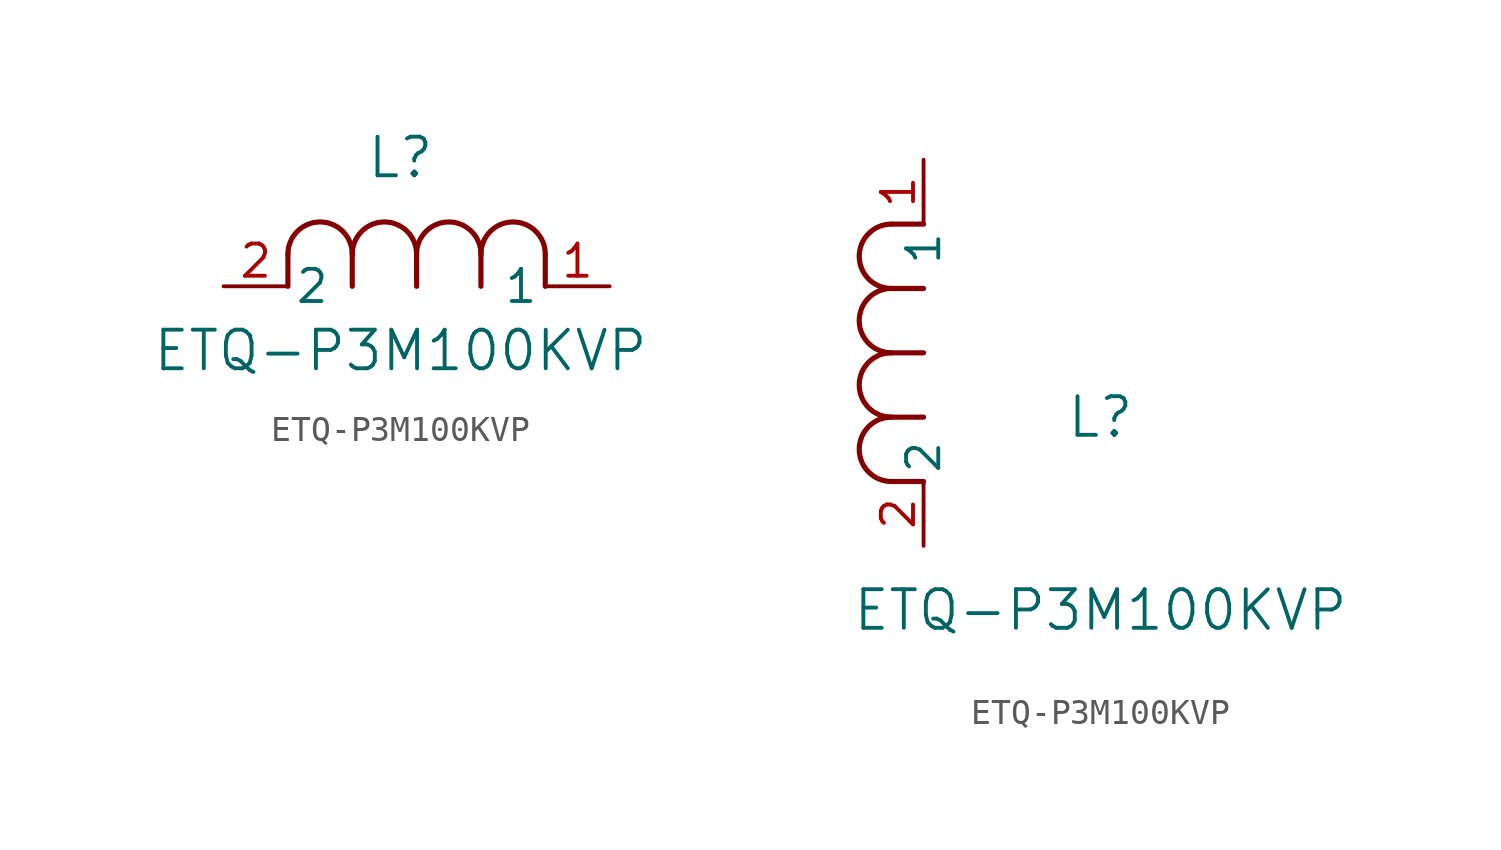
<source format=kicad_sym>
(kicad_symbol_lib
  (version 20211014)
  (generator kicad_symbol_editor)
  (symbol "ETQ-P3M100KVP"
    (pin_names
      (offset 0.254))
    (property "Reference" "L"
      (at 6.985 5.08 0)
      (effects (font (size 1.524 1.524))))
    (property "Value" "ETQ-P3M100KVP"
      (at 6.985 -2.54 0)
      (effects (font (size 1.524 1.524))))
    (symbol "ETQ-P3M100KVP_1_1"
      (arc (start 7.62 1.27) (mid 6.35 2.54) (end 5.08 1.27) (stroke (width 0.2032) (type default) (color 0 0 0 0)) (fill (type none)))
      (polyline (pts (xy 5.08 0) (xy 5.08 1.27)) (stroke (width 0.203) (type default) (color 0 0 0 0)) (fill (type none)))
      (polyline (pts (xy 7.62 0) (xy 7.62 1.27)) (stroke (width 0.203) (type default) (color 0 0 0 0)) (fill (type none)))
      (polyline (pts (xy 12.7 0) (xy 12.7 1.27)) (stroke (width 0.203) (type default) (color 0 0 0 0)) (fill (type none)))
      (arc (start 5.08 1.27) (mid 3.81 2.54) (end 2.54 1.27) (stroke (width 0.2032) (type default) (color 0 0 0 0)) (fill (type none)))
      (arc (start 10.16 1.27) (mid 8.89 2.54) (end 7.62 1.27) (stroke (width 0.2032) (type default) (color 0 0 0 0)) (fill (type none)))
      (arc (start 12.7 1.27) (mid 11.43 2.54) (end 10.16 1.27) (stroke (width 0.2032) (type default) (color 0 0 0 0)) (fill (type none)))
      (polyline (pts (xy 2.54 0) (xy 2.54 1.27)) (stroke (width 0.203) (type default) (color 0 0 0 0)) (fill (type none)))
      (polyline (pts (xy 10.16 0) (xy 10.16 1.27)) (stroke (width 0.203) (type default) (color 0 0 0 0)) (fill (type none)))
      (pin unspecified line (at 0 0 0) (length 2.54) (name "2" (effects (font (size 1.27 1.27)))) (number "2" (effects (font (size 1.27 1.27)))))
      (pin unspecified line (at 15.24 0 180) (length 2.54) (name "1" (effects (font (size 1.27 1.27)))) (number "1" (effects (font (size 1.27 1.27))))))
    (symbol "ETQ-P3M100KVP_1_2"
      (arc (start -1.27 7.62) (mid -2.54 6.35) (end -1.27 5.08) (stroke (width 0.2032) (type default) (color 0 0 0 0)) (fill (type none)))
      (arc (start -1.27 5.08) (mid -2.54 3.81) (end -1.27 2.54) (stroke (width 0.2032) (type default) (color 0 0 0 0)) (fill (type none)))
      (arc (start -1.27 12.7) (mid -2.54 11.43) (end -1.27 10.16) (stroke (width 0.2032) (type default) (color 0 0 0 0)) (fill (type none)))
      (arc (start -1.27 10.16) (mid -2.54 8.89) (end -1.27 7.62) (stroke (width 0.2032) (type default) (color 0 0 0 0)) (fill (type none)))
      (polyline (pts (xy 0 7.62) (xy -1.27 7.62)) (stroke (width 0.203) (type default) (color 0 0 0 0)) (fill (type none)))
      (polyline (pts (xy 0 5.08) (xy -1.27 5.08)) (stroke (width 0.203) (type default) (color 0 0 0 0)) (fill (type none)))
      (polyline (pts (xy 0 12.7) (xy -1.27 12.7)) (stroke (width 0.203) (type default) (color 0 0 0 0)) (fill (type none)))
      (polyline (pts (xy 0 2.54) (xy -1.27 2.54)) (stroke (width 0.203) (type default) (color 0 0 0 0)) (fill (type none)))
      (polyline (pts (xy 0 10.16) (xy -1.27 10.16)) (stroke (width 0.203) (type default) (color 0 0 0 0)) (fill (type none)))
      (pin unspecified line (at 0 0 90) (length 2.54) (name "2" (effects (font (size 1.27 1.27)))) (number "2" (effects (font (size 1.27 1.27)))))
      (pin unspecified line (at 0 15.24 270) (length 2.54) (name "1" (effects (font (size 1.27 1.27)))) (number "1" (effects (font (size 1.27 1.27))))))))
</source>
